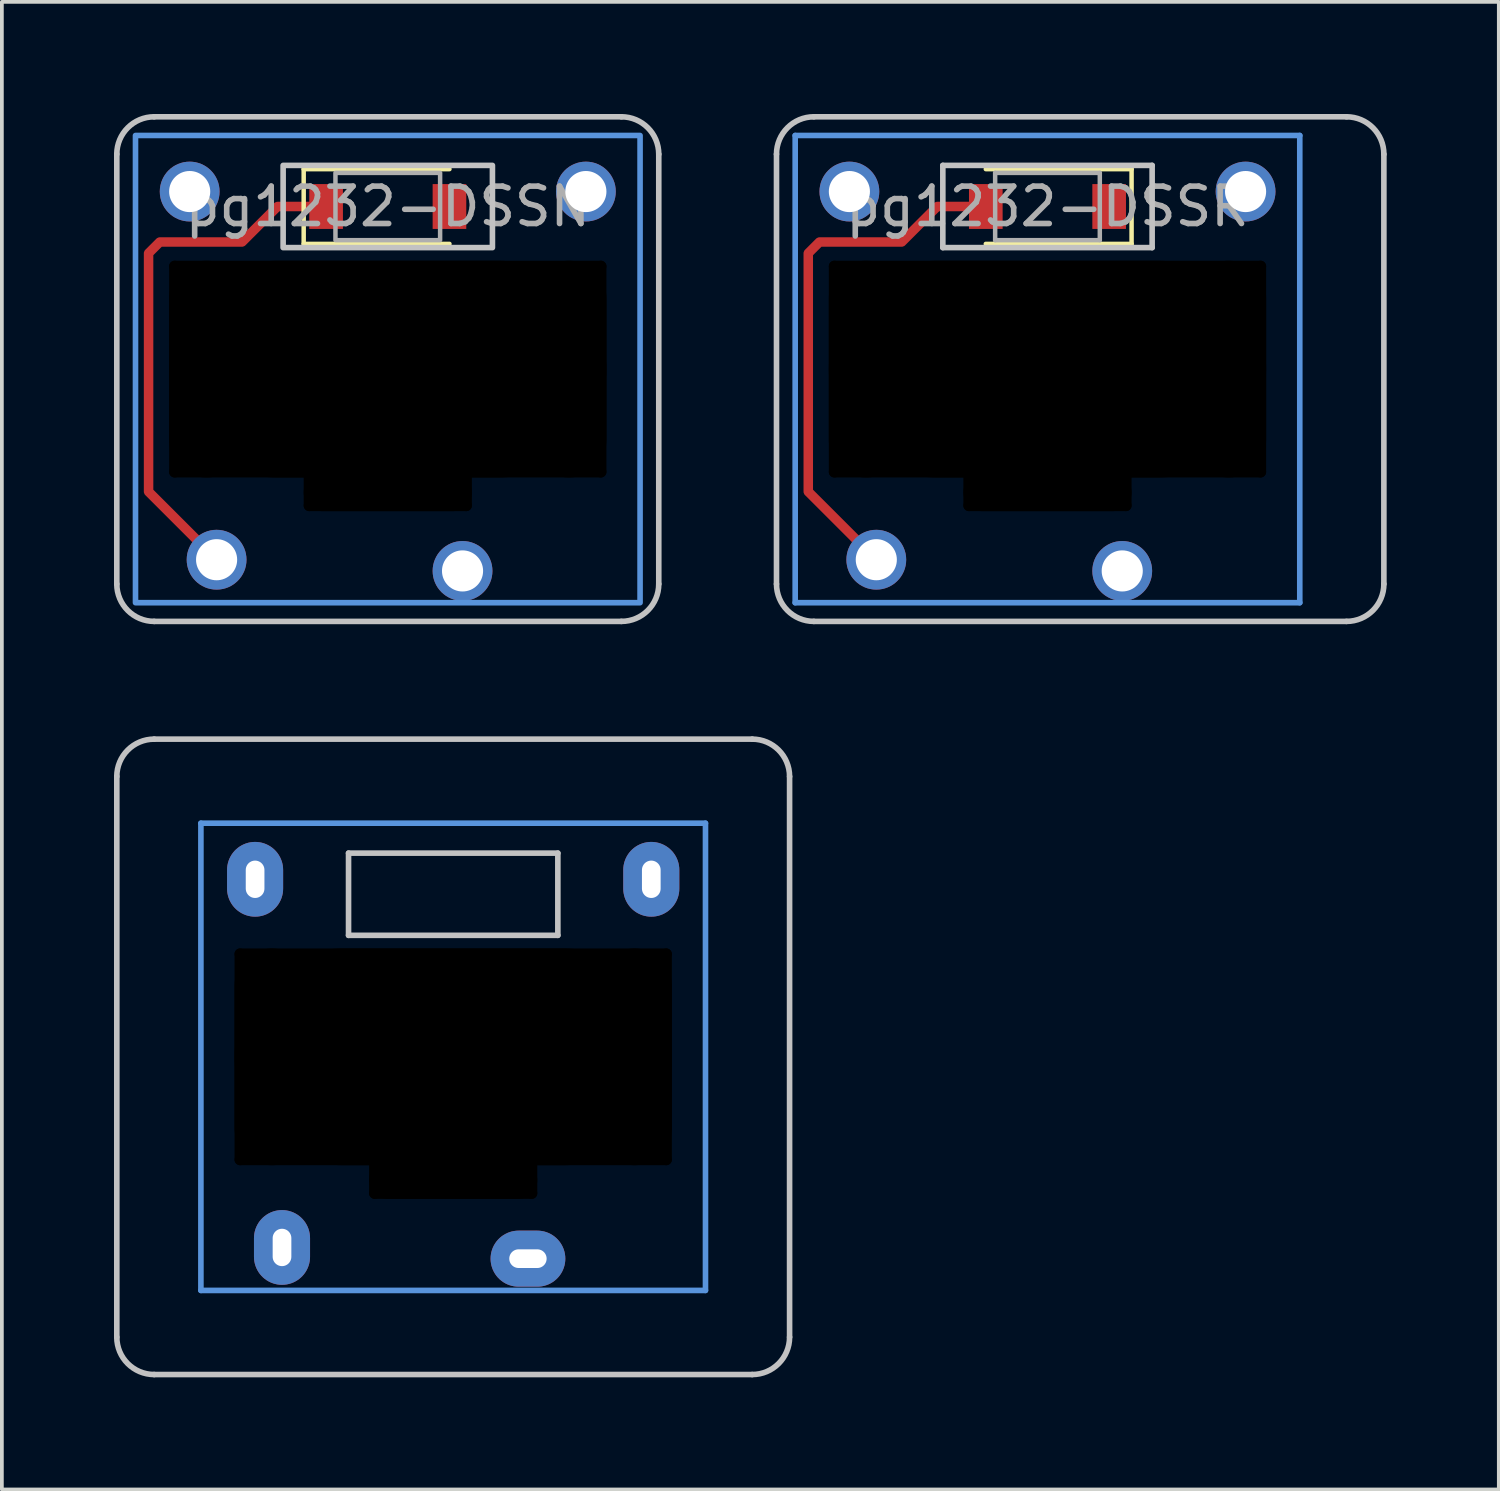
<source format=kicad_pcb>
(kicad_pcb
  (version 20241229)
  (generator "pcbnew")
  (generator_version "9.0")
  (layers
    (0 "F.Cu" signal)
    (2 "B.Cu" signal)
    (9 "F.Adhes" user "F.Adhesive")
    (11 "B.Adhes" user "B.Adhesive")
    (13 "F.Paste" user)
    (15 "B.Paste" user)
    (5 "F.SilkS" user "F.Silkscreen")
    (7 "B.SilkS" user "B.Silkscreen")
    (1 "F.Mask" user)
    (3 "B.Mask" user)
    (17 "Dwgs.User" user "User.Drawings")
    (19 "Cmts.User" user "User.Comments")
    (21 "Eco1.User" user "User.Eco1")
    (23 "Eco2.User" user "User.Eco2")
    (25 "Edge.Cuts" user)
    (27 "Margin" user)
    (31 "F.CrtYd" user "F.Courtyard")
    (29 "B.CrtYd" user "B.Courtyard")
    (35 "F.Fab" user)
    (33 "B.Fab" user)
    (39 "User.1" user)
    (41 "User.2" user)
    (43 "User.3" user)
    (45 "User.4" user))
  (footprint "pg1232-DSSN"
    (layer "F.Cu")
    (at 7.325 2.475)
    (property "Reference" "pg1232-DSSN" (at 0 0 0) (layer "F.Fab") (effects (font (size 1 1) (thickness 0.15))))
    (attr smd)
    (fp_line (start -2.25 -1) (end -2.25 1) (stroke (width 0.12) (type solid)) (layer "F.SilkS"))
    (fp_line (start -2.25 1) (end 1.65 1) (stroke (width 0.12) (type solid)) (layer "F.SilkS"))
    (fp_line (start 1.65 -1) (end -2.25 -1) (stroke (width 0.12) (type solid)) (layer "F.SilkS"))
    (fp_line (start -7.25 10.1) (end -7.25 -1.4) (stroke (width 0.15) (type solid)) (layer "Dwgs.User"))
    (fp_line (start -6.25 -2.4) (end 6.25 -2.4) (stroke (width 0.15) (type solid)) (layer "Dwgs.User"))
    (fp_line (start 6.25 11.1) (end -6.25 11.1) (stroke (width 0.15) (type solid)) (layer "Dwgs.User"))
    (fp_line (start 7.25 -1.4) (end 7.25 10.1) (stroke (width 0.15) (type solid)) (layer "Dwgs.User"))
    (fp_rect (start 2.8 1.1) (end -2.8 -1.1) (stroke (width 0.15) (type solid)) (fill no) (layer "Dwgs.User"))
    (fp_arc (start -7.25 -1.4) (mid -6.957107 -2.107107) (end -6.25 -2.4) (stroke (width 0.15) (type solid)) (layer "Dwgs.User"))
    (fp_arc (start -6.25 11.1) (mid -6.957107 10.807107) (end -7.25 10.1) (stroke (width 0.15) (type solid)) (layer "Dwgs.User"))
    (fp_arc (start 6.25 -2.4) (mid 6.957107 -2.107107) (end 7.25 -1.4) (stroke (width 0.15) (type solid)) (layer "Dwgs.User"))
    (fp_arc (start 7.25 10.1) (mid 6.957107 10.807107) (end 6.25 11.1) (stroke (width 0.15) (type solid)) (layer "Dwgs.User"))
    (fp_rect (start 6.75 10.6) (end -6.75 -1.9) (stroke (width 0.15) (type solid)) (fill no) (layer "Cmts.User"))
    (fp_rect (start 1.4 0.9) (end -1.4 -0.9) (stroke (width 0.12) (type solid)) (fill no) (layer "F.Fab"))
    (pad "" np_thru_hole oval (at -5.7 4.35 90) (size 5.8 0.3) (drill oval 5.8 0.3) (layers "*.Mask"))
    (pad "" np_thru_hole oval (at -4.85 4.35) (size 2 5.8) (drill oval 2 5.8) (layers "*.Mask"))
    (pad "" np_thru_hole oval (at -2.1 7.6 90) (size 1.1 0.3) (drill oval 1.1 0.3) (layers "*.Mask"))
    (pad "" np_thru_hole oval (at 0 1.6) (size 11.7 0.3) (drill oval 11.7 0.3) (layers "*.Mask"))
    (pad "" np_thru_hole oval (at 0 4.35) (size 11.7 5.8) (drill oval 11.7 5.8) (layers "*.Mask"))
    (pad "" np_thru_hole oval (at 0 7.1) (size 11.7 0.3) (drill oval 11.7 0.3) (layers "*.Mask"))
    (pad "" np_thru_hole oval (at 0 7.65) (size 4.5 1) (drill oval 4.5 1) (layers "*.Mask"))
    (pad "" np_thru_hole oval (at 0 8) (size 4.5 0.3) (drill oval 4.5 0.3) (layers "*.Mask"))
    (pad "" np_thru_hole oval (at 2.1 7.6 90) (size 1.1 0.3) (drill oval 1.1 0.3) (layers "*.Mask"))
    (pad "" np_thru_hole oval (at 4.85 4.35) (size 2 5.8) (drill oval 2 5.8) (layers "*.Mask"))
    (pad "" np_thru_hole oval (at 5.7 4.35 90) (size 5.8 0.3) (drill oval 5.8 0.3) (layers "*.Mask"))
    (pad "1" thru_hole circle (at 2 9.75) (size 1.6 1.6) (drill 1.1) (layers "*.Cu" "B.Mask"))
    (pad "2" smd rect (at 1.65 0) (size 0.9 1.2) (layers "F.Cu" "F.Mask" "F.Paste"))
    (pad "3" thru_hole circle (at -4.58 9.45) (size 1.6 1.6) (drill 1.1) (layers "*.Cu" "B.Mask"))
    (pad "3" smd custom (at -1.65 0) (size 0.254 0.254) (layers "F.Cu") (options (anchor circle)) (primitives (gr_line (start 0 0) (end -1.3 0) (width 0.254)) (gr_line (start -1.3 0) (end -2.25 0.95) (width 0.254)) (gr_line (start -2.25 0.95) (end -4.45 0.95) (width 0.254)) (gr_line (start -4.45 0.95) (end -4.75 1.25) (width 0.254)) (gr_line (start -4.75 1.25) (end -4.75 7.63) (width 0.254)) (gr_line (start -4.75 7.63) (end -2.93 9.45) (width 0.254))))
    (pad "3" smd rect (at -1.65 0) (size 0.9 1.2) (layers "F.Cu" "F.Mask" "F.Paste"))
    (pad "4" thru_hole circle (at 5.3 -0.4) (size 1.6 1.6) (drill 1.1) (layers "*.Cu" "B.Mask"))
    (pad "5" thru_hole circle (at -5.3 -0.4) (size 1.6 1.6) (drill 1.1) (layers "*.Cu" "B.Mask")))
  (footprint "pg1232-DSSR"
    (layer "F.Cu")
    (at 24.975 2.475)
    (property "Reference" "pg1232-DSSR" (at 0 0 0) (layer "F.Fab") (effects (font (size 1 1) (thickness 0.15))))
    (attr through_hole)
    (fp_line (start 2.25 -1) (end -1.65 -1) (stroke (width 0.12) (type solid)) (layer "F.SilkS"))
    (fp_line (start 2.25 -1) (end 2.25 1) (stroke (width 0.12) (type solid)) (layer "F.SilkS"))
    (fp_line (start 2.25 1) (end -1.65 1) (stroke (width 0.12) (type solid)) (layer "F.SilkS"))
    (fp_line (start -7.25 10.1) (end -7.25 -1.4) (stroke (width 0.15) (type solid)) (layer "Dwgs.User"))
    (fp_line (start -6.25 -2.4) (end 8 -2.4) (stroke (width 0.15) (type solid)) (layer "Dwgs.User"))
    (fp_line (start -2.8 -1.1) (end -2.8 1.1) (stroke (width 0.15) (type solid)) (layer "Dwgs.User"))
    (fp_line (start -2.8 1.1) (end 2.8 1.1) (stroke (width 0.15) (type solid)) (layer "Dwgs.User"))
    (fp_line (start 2.8 -1.1) (end -2.8 -1.1) (stroke (width 0.15) (type solid)) (layer "Dwgs.User"))
    (fp_line (start 2.8 1.1) (end 2.8 -1.1) (stroke (width 0.15) (type solid)) (layer "Dwgs.User"))
    (fp_line (start 8 11.1) (end -6.25 11.1) (stroke (width 0.15) (type solid)) (layer "Dwgs.User"))
    (fp_line (start 9 -1.4) (end 9 10.1) (stroke (width 0.15) (type solid)) (layer "Dwgs.User"))
    (fp_arc (start -7.25 -1.4) (mid -6.957107 -2.107107) (end -6.25 -2.4) (stroke (width 0.15) (type solid)) (layer "Dwgs.User"))
    (fp_arc (start -6.25 11.1) (mid -6.957107 10.807107) (end -7.25 10.1) (stroke (width 0.15) (type solid)) (layer "Dwgs.User"))
    (fp_arc (start 8 -2.4) (mid 8.707107 -2.107107) (end 9 -1.4) (stroke (width 0.15) (type solid)) (layer "Dwgs.User"))
    (fp_arc (start 9 10.1) (mid 8.707107 10.807107) (end 8 11.1) (stroke (width 0.15) (type solid)) (layer "Dwgs.User"))
    (fp_line (start -6.75 -1.9) (end -6.75 10.6) (stroke (width 0.15) (type solid)) (layer "Cmts.User"))
    (fp_line (start -6.75 10.6) (end 6.75 10.6) (stroke (width 0.15) (type solid)) (layer "Cmts.User"))
    (fp_line (start 6.75 -1.9) (end -6.75 -1.9) (stroke (width 0.15) (type solid)) (layer "Cmts.User"))
    (fp_line (start 6.75 10.6) (end 6.75 -1.9) (stroke (width 0.15) (type solid)) (layer "Cmts.User"))
    (fp_line (start -1.4 -0.9) (end -1.4 0.9) (stroke (width 0.12) (type solid)) (layer "F.Fab"))
    (fp_line (start -1.4 0.9) (end 1.4 0.9) (stroke (width 0.12) (type solid)) (layer "F.Fab"))
    (fp_line (start 1.4 -0.9) (end -1.4 -0.9) (stroke (width 0.12) (type solid)) (layer "F.Fab"))
    (fp_line (start 1.4 0.9) (end 1.4 -0.9) (stroke (width 0.12) (type solid)) (layer "F.Fab"))
    (pad "" np_thru_hole oval (at -5.7 4.35 90) (size 5.8 0.3) (drill oval 5.8 0.3) (layers "*.Mask"))
    (pad "" np_thru_hole oval (at -4.85 4.35) (size 2 5.8) (drill oval 2 5.8) (layers "*.Mask"))
    (pad "" np_thru_hole oval (at -2.1 7.6 90) (size 1.1 0.3) (drill oval 1.1 0.3) (layers "*.Mask"))
    (pad "" np_thru_hole oval (at 0 1.6) (size 11.7 0.3) (drill oval 11.7 0.3) (layers "*.Mask"))
    (pad "" np_thru_hole oval (at 0 4.35) (size 11.7 5.8) (drill oval 11.7 5.8) (layers "*.Mask"))
    (pad "" np_thru_hole oval (at 0 7.1) (size 11.7 0.3) (drill oval 11.7 0.3) (layers "*.Mask"))
    (pad "" np_thru_hole oval (at 0 7.65) (size 4.5 1) (drill oval 4.5 1) (layers "*.Mask"))
    (pad "" np_thru_hole oval (at 0 8) (size 4.5 0.3) (drill oval 4.5 0.3) (layers "*.Mask"))
    (pad "" np_thru_hole oval (at 2.1 7.6 90) (size 1.1 0.3) (drill oval 1.1 0.3) (layers "*.Mask"))
    (pad "" np_thru_hole oval (at 4.85 4.35) (size 2 5.8) (drill oval 2 5.8) (layers "*.Mask"))
    (pad "" np_thru_hole oval (at 5.7 4.35 90) (size 5.8 0.3) (drill oval 5.8 0.3) (layers "*.Mask"))
    (pad "1" thru_hole circle (at 2 9.75) (size 1.6 1.6) (drill 1.1) (layers "*.Cu" "B.Mask"))
    (pad "2" smd rect (at 1.65 0) (size 0.9 1.2) (layers "F.Cu" "F.Mask" "F.Paste"))
    (pad "3" thru_hole circle (at -4.58 9.45) (size 1.6 1.6) (drill 1.1) (layers "*.Cu" "B.Mask"))
    (pad "3" smd custom (at -1.65 0) (size 0.254 0.254) (layers "F.Cu") (options (anchor circle)) (primitives (gr_line (start -4.75 7.63) (end -2.93 9.45) (width 0.254)) (gr_line (start 0 0) (end -1.3 0) (width 0.254)) (gr_line (start -1.3 0) (end -2.25 0.95) (width 0.254)) (gr_line (start -4.75 1.25) (end -4.75 7.63) (width 0.254)) (gr_line (start -2.25 0.95) (end -4.45 0.95) (width 0.254)) (gr_line (start -4.45 0.95) (end -4.75 1.25) (width 0.254))))
    (pad "3" smd rect (at -1.65 0) (size 0.9 1.2) (layers "F.Cu" "F.Mask" "F.Paste"))
    (pad "4" thru_hole circle (at -5.3 -0.4) (size 1.6 1.6) (drill 1.1) (layers "*.Cu" "B.Mask"))
    (pad "5" thru_hole circle (at 5.3 -0.4) (size 1.6 1.6) (drill 1.1) (layers "*.Cu" "B.Mask")))
  (footprint "pg1232-H"
    (layer "F.Cu")
    (at 9.075 25.225)
    (property "Reference" "pg1232-H" (at 0 0 0) (layer "F.Fab") (effects (font (size 1 1) (thickness 0.15))))
    (attr through_hole)
    (fp_line (start -9 7.5) (end -9 -7.5) (stroke (width 0.15) (type solid)) (layer "Dwgs.User"))
    (fp_line (start -8 -8.5) (end 8 -8.5) (stroke (width 0.15) (type solid)) (layer "Dwgs.User"))
    (fp_line (start -2.8 -5.45) (end -2.8 -3.25) (stroke (width 0.15) (type solid)) (layer "Dwgs.User"))
    (fp_line (start -2.8 -3.25) (end 2.8 -3.25) (stroke (width 0.15) (type solid)) (layer "Dwgs.User"))
    (fp_line (start 2.8 -5.45) (end -2.8 -5.45) (stroke (width 0.15) (type solid)) (layer "Dwgs.User"))
    (fp_line (start 2.8 -3.25) (end 2.8 -5.45) (stroke (width 0.15) (type solid)) (layer "Dwgs.User"))
    (fp_line (start 8 8.5) (end -8 8.5) (stroke (width 0.15) (type solid)) (layer "Dwgs.User"))
    (fp_line (start 9 -7.5) (end 9 7.5) (stroke (width 0.15) (type solid)) (layer "Dwgs.User"))
    (fp_arc (start -9 -7.5) (mid -8.707107 -8.207107) (end -8 -8.5) (stroke (width 0.15) (type solid)) (layer "Dwgs.User"))
    (fp_arc (start -8 8.5) (mid -8.707107 8.207107) (end -9 7.5) (stroke (width 0.15) (type solid)) (layer "Dwgs.User"))
    (fp_arc (start 8 -8.5) (mid 8.707107 -8.207107) (end 9 -7.5) (stroke (width 0.15) (type solid)) (layer "Dwgs.User"))
    (fp_arc (start 9 7.5) (mid 8.707107 8.207107) (end 8 8.5) (stroke (width 0.15) (type solid)) (layer "Dwgs.User"))
    (fp_line (start -6.75 -6.25) (end -6.75 6.25) (stroke (width 0.15) (type solid)) (layer "Cmts.User"))
    (fp_line (start -6.75 6.25) (end 6.75 6.25) (stroke (width 0.15) (type solid)) (layer "Cmts.User"))
    (fp_line (start 6.75 -6.25) (end -6.75 -6.25) (stroke (width 0.15) (type solid)) (layer "Cmts.User"))
    (fp_line (start 6.75 6.25) (end 6.75 -6.25) (stroke (width 0.15) (type solid)) (layer "Cmts.User"))
    (pad "" np_thru_hole oval (at -5.7 0 90) (size 5.8 0.3) (drill oval 5.8 0.3) (layers "*.Mask"))
    (pad "" np_thru_hole oval (at -4.85 0) (size 2 5.8) (drill oval 2 5.8) (layers "*.Mask"))
    (pad "" np_thru_hole oval (at -2.1 3.25 90) (size 1.1 0.3) (drill oval 1.1 0.3) (layers "*.Mask"))
    (pad "" np_thru_hole oval (at 0 -2.75) (size 11.7 0.3) (drill oval 11.7 0.3) (layers "*.Mask"))
    (pad "" np_thru_hole oval (at 0 0) (size 11.7 5.8) (drill oval 11.7 5.8) (layers "*.Mask"))
    (pad "" np_thru_hole oval (at 0 2.75) (size 11.7 0.3) (drill oval 11.7 0.3) (layers "*.Mask"))
    (pad "" np_thru_hole oval (at 0 3.3) (size 4.5 1) (drill oval 4.5 1) (layers "*.Mask"))
    (pad "" np_thru_hole oval (at 0 3.65) (size 4.5 0.3) (drill oval 4.5 0.3) (layers "*.Mask"))
    (pad "" np_thru_hole oval (at 2.1 3.25 90) (size 1.1 0.3) (drill oval 1.1 0.3) (layers "*.Mask"))
    (pad "" np_thru_hole oval (at 4.85 0) (size 2 5.8) (drill oval 2 5.8) (layers "*.Mask"))
    (pad "" np_thru_hole oval (at 5.7 0 90) (size 5.8 0.3) (drill oval 5.8 0.3) (layers "*.Mask"))
    (pad "1" thru_hole oval (at 2 5.4) (size 2 1.5) (drill oval 1 0.5) (layers "*.Cu" "B.Mask"))
    (pad "2" thru_hole oval (at -4.58 5.1 90) (size 2 1.5) (drill oval 1 0.5) (layers "*.Cu" "B.Mask"))
    (pad "4" thru_hole oval (at 5.3 -4.75 90) (size 2 1.5) (drill oval 1 0.5) (layers "*.Cu" "B.Mask"))
    (pad "5" thru_hole oval (at -5.3 -4.75 90) (size 2 1.5) (drill oval 1 0.5) (layers "*.Cu" "B.Mask")))
  (gr_rect
    (start -3 -3)
    (end 37.05 36.8)
    (stroke (width 0.1) (type default))
    (fill no)
    (layer "Edge.Cuts")))
</source>
